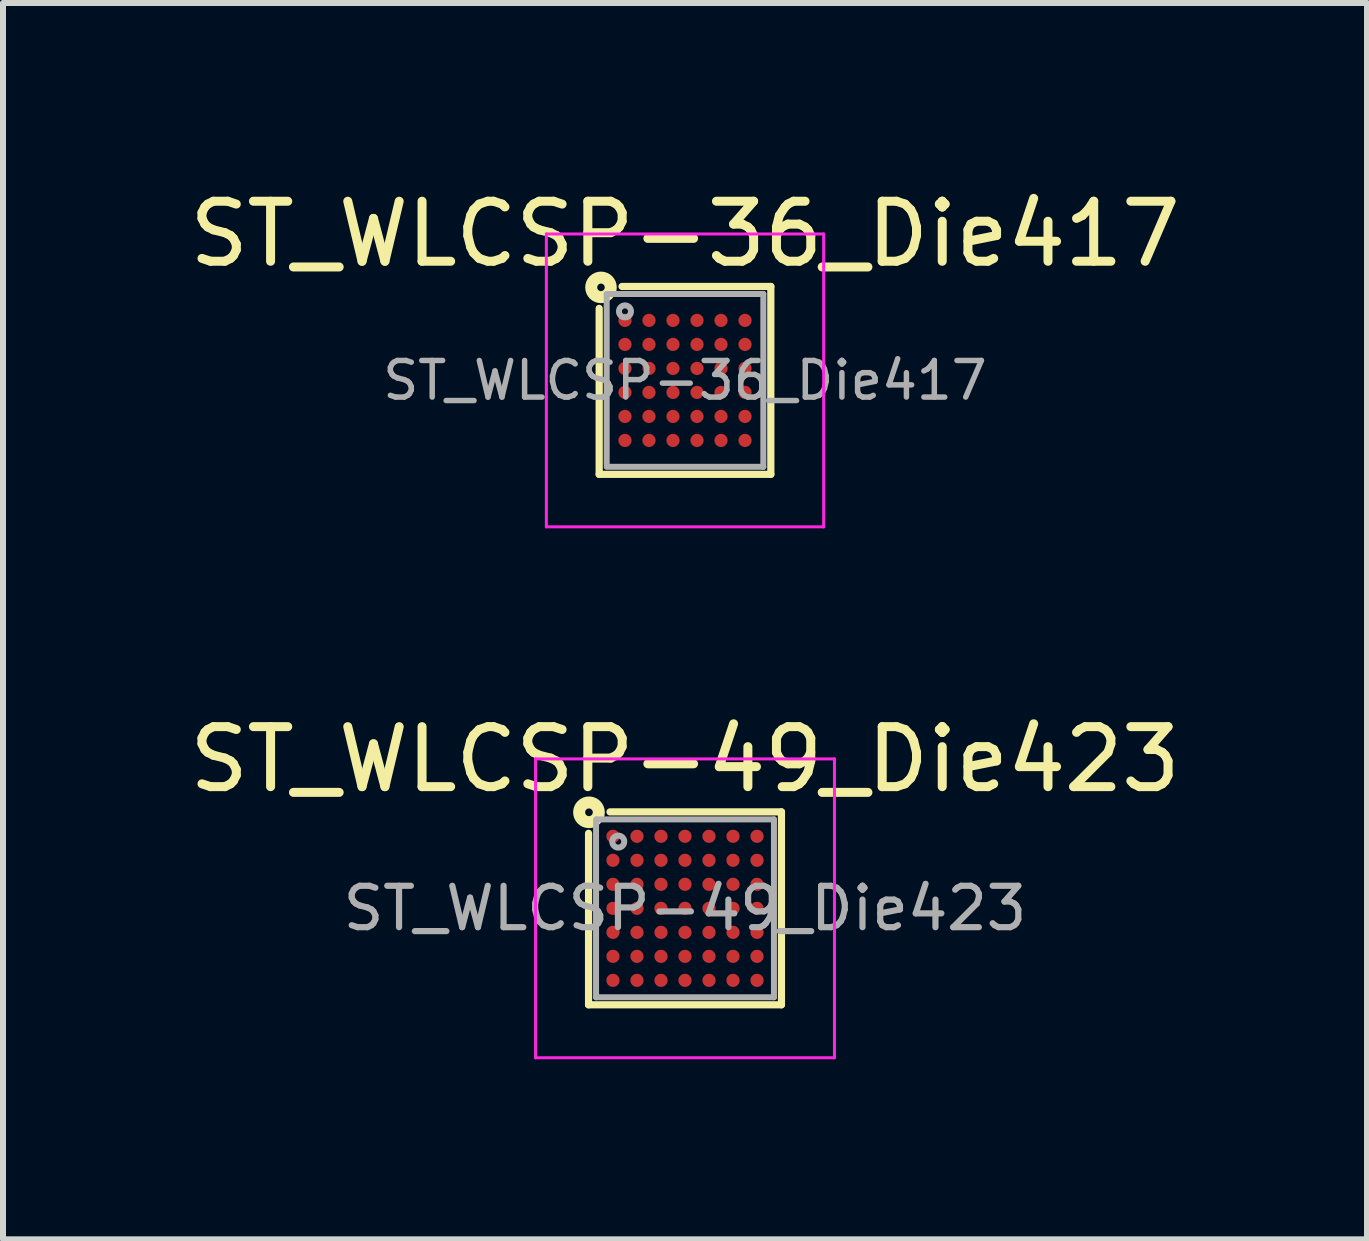
<source format=kicad_pcb>
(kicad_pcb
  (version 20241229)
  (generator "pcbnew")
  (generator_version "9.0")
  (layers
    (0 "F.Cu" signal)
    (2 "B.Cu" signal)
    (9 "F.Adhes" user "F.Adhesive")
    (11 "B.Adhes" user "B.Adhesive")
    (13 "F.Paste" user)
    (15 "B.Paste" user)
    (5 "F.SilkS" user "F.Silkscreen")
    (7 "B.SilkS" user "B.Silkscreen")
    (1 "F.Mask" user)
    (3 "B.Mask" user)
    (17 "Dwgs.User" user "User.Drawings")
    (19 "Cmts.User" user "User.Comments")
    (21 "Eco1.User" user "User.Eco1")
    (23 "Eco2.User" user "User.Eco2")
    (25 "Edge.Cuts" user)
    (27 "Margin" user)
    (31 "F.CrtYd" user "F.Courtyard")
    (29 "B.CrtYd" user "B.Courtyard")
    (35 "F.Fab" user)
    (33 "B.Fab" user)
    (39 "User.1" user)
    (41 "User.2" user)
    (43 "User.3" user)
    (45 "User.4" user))
  (footprint "ST_WLCSP-36_Die417"
    (layer "F.Cu")
    (at 8.363 3.288)
    (property "Reference" "ST_WLCSP-36_Die417" (at 0 -2.44 0) (layer "F.SilkS") (effects (font (size 1 1) (thickness 0.15))))
    (attr smd)
    (fp_line (start -1.43 1.565) (end -1.43 -1.2) (stroke (width 0.12) (type solid)) (layer "F.SilkS"))
    (fp_line (start -1.05 -1.565) (end 1.43 -1.565) (stroke (width 0.12) (type solid)) (layer "F.SilkS"))
    (fp_line (start 1.43 -1.565) (end 1.43 1.565) (stroke (width 0.12) (type solid)) (layer "F.SilkS"))
    (fp_line (start 1.43 1.565) (end -1.43 1.565) (stroke (width 0.12) (type solid)) (layer "F.SilkS"))
    (fp_circle (center -1.4 -1.55) (end -1.337 -1.55) (stroke (width 0.2) (type solid)) (fill no) (layer "F.SilkS"))
    (fp_line (start -2.31 -2.44) (end -2.31 2.44) (stroke (width 0.05) (type solid)) (layer "F.CrtYd"))
    (fp_line (start -2.31 2.44) (end 2.31 2.44) (stroke (width 0.05) (type solid)) (layer "F.CrtYd"))
    (fp_line (start 2.31 -2.44) (end -2.31 -2.44) (stroke (width 0.05) (type solid)) (layer "F.CrtYd"))
    (fp_line (start 2.31 2.44) (end 2.31 -2.44) (stroke (width 0.05) (type solid)) (layer "F.CrtYd"))
    (fp_line (start -1.305 -1.44) (end 1.305 -1.44) (stroke (width 0.1) (type solid)) (layer "F.Fab"))
    (fp_line (start -1.305 1.4) (end -1.305 -1.44) (stroke (width 0.1) (type solid)) (layer "F.Fab"))
    (fp_line (start 1.305 -1.44) (end 1.305 1.44) (stroke (width 0.1) (type solid)) (layer "F.Fab"))
    (fp_line (start 1.305 1.44) (end -1.305 1.44) (stroke (width 0.1) (type solid)) (layer "F.Fab"))
    (fp_circle (center -1 -1.15) (end -0.9 -1.15) (stroke (width 0.1) (type solid)) (fill no) (layer "F.Fab"))
    (fp_text user "${REFERENCE}" (at 0 0 0) (layer "F.Fab") (effects (font (size 0.61 0.61) (thickness 0.091))))
    (pad "A1" smd circle (at -1 -1) (size 0.22 0.22) (layers "F.Cu" "F.Mask" "F.Paste"))
    (pad "A2" smd circle (at -0.6 -1) (size 0.22 0.22) (layers "F.Cu" "F.Mask" "F.Paste"))
    (pad "A3" smd circle (at -0.2 -1) (size 0.22 0.22) (layers "F.Cu" "F.Mask" "F.Paste"))
    (pad "A4" smd circle (at 0.2 -1) (size 0.22 0.22) (layers "F.Cu" "F.Mask" "F.Paste"))
    (pad "A5" smd circle (at 0.6 -1) (size 0.22 0.22) (layers "F.Cu" "F.Mask" "F.Paste"))
    (pad "A6" smd circle (at 1 -1) (size 0.22 0.22) (layers "F.Cu" "F.Mask" "F.Paste"))
    (pad "B1" smd circle (at -1 -0.6) (size 0.22 0.22) (layers "F.Cu" "F.Mask" "F.Paste"))
    (pad "B2" smd circle (at -0.6 -0.6) (size 0.22 0.22) (layers "F.Cu" "F.Mask" "F.Paste"))
    (pad "B3" smd circle (at -0.2 -0.6) (size 0.22 0.22) (layers "F.Cu" "F.Mask" "F.Paste"))
    (pad "B4" smd circle (at 0.2 -0.6) (size 0.22 0.22) (layers "F.Cu" "F.Mask" "F.Paste"))
    (pad "B5" smd circle (at 0.6 -0.6) (size 0.22 0.22) (layers "F.Cu" "F.Mask" "F.Paste"))
    (pad "B6" smd circle (at 1 -0.6) (size 0.22 0.22) (layers "F.Cu" "F.Mask" "F.Paste"))
    (pad "C1" smd circle (at -1 -0.2) (size 0.22 0.22) (layers "F.Cu" "F.Mask" "F.Paste"))
    (pad "C2" smd circle (at -0.6 -0.2) (size 0.22 0.22) (layers "F.Cu" "F.Mask" "F.Paste"))
    (pad "C3" smd circle (at -0.2 -0.2) (size 0.22 0.22) (layers "F.Cu" "F.Mask" "F.Paste"))
    (pad "C4" smd circle (at 0.2 -0.2) (size 0.22 0.22) (layers "F.Cu" "F.Mask" "F.Paste"))
    (pad "C5" smd circle (at 0.6 -0.2) (size 0.22 0.22) (layers "F.Cu" "F.Mask" "F.Paste"))
    (pad "C6" smd circle (at 1 -0.2) (size 0.22 0.22) (layers "F.Cu" "F.Mask" "F.Paste"))
    (pad "D1" smd circle (at -1 0.2) (size 0.22 0.22) (layers "F.Cu" "F.Mask" "F.Paste"))
    (pad "D2" smd circle (at -0.6 0.2) (size 0.22 0.22) (layers "F.Cu" "F.Mask" "F.Paste"))
    (pad "D3" smd circle (at -0.2 0.2) (size 0.22 0.22) (layers "F.Cu" "F.Mask" "F.Paste"))
    (pad "D4" smd circle (at 0.2 0.2) (size 0.22 0.22) (layers "F.Cu" "F.Mask" "F.Paste"))
    (pad "D5" smd circle (at 0.6 0.2) (size 0.22 0.22) (layers "F.Cu" "F.Mask" "F.Paste"))
    (pad "D6" smd circle (at 1 0.2) (size 0.22 0.22) (layers "F.Cu" "F.Mask" "F.Paste"))
    (pad "E1" smd circle (at -1 0.6) (size 0.22 0.22) (layers "F.Cu" "F.Mask" "F.Paste"))
    (pad "E2" smd circle (at -0.6 0.6) (size 0.22 0.22) (layers "F.Cu" "F.Mask" "F.Paste"))
    (pad "E3" smd circle (at -0.2 0.6) (size 0.22 0.22) (layers "F.Cu" "F.Mask" "F.Paste"))
    (pad "E4" smd circle (at 0.2 0.6) (size 0.22 0.22) (layers "F.Cu" "F.Mask" "F.Paste"))
    (pad "E5" smd circle (at 0.6 0.6) (size 0.22 0.22) (layers "F.Cu" "F.Mask" "F.Paste"))
    (pad "E6" smd circle (at 1 0.6) (size 0.22 0.22) (layers "F.Cu" "F.Mask" "F.Paste"))
    (pad "F1" smd circle (at -1 1) (size 0.22 0.22) (layers "F.Cu" "F.Mask" "F.Paste"))
    (pad "F2" smd circle (at -0.6 1) (size 0.22 0.22) (layers "F.Cu" "F.Mask" "F.Paste"))
    (pad "F3" smd circle (at -0.2 1) (size 0.22 0.22) (layers "F.Cu" "F.Mask" "F.Paste"))
    (pad "F4" smd circle (at 0.2 1) (size 0.22 0.22) (layers "F.Cu" "F.Mask" "F.Paste"))
    (pad "F5" smd circle (at 0.6 1) (size 0.22 0.22) (layers "F.Cu" "F.Mask" "F.Paste"))
    (pad "F6" smd circle (at 1 1) (size 0.22 0.22) (layers "F.Cu" "F.Mask" "F.Paste")))
  (footprint "ST_WLCSP-49_Die423"
    (layer "F.Cu")
    (at 8.363 12.084)
    (property "Reference" "ST_WLCSP-49_Die423" (at 0 -2.482 0) (layer "F.SilkS") (effects (font (size 1 1) (thickness 0.15))))
    (attr smd)
    (fp_line (start -1.607 1.607) (end -1.607 -1.25) (stroke (width 0.12) (type solid)) (layer "F.SilkS"))
    (fp_line (start -1.25 -1.607) (end 1.607 -1.607) (stroke (width 0.12) (type solid)) (layer "F.SilkS"))
    (fp_line (start 1.607 -1.607) (end 1.607 1.607) (stroke (width 0.12) (type solid)) (layer "F.SilkS"))
    (fp_line (start 1.607 1.607) (end -1.607 1.607) (stroke (width 0.12) (type solid)) (layer "F.SilkS"))
    (fp_circle (center -1.6 -1.6) (end -1.536 -1.6) (stroke (width 0.2) (type solid)) (fill no) (layer "F.SilkS"))
    (fp_line (start -2.49 -2.49) (end -2.49 2.49) (stroke (width 0.05) (type solid)) (layer "F.CrtYd"))
    (fp_line (start -2.49 2.49) (end 2.49 2.49) (stroke (width 0.05) (type solid)) (layer "F.CrtYd"))
    (fp_line (start 2.49 -2.49) (end -2.49 -2.49) (stroke (width 0.05) (type solid)) (layer "F.CrtYd"))
    (fp_line (start 2.49 2.49) (end 2.49 -2.49) (stroke (width 0.05) (type solid)) (layer "F.CrtYd"))
    (fp_line (start -1.482 1.482) (end -1.482 -1.48) (stroke (width 0.1) (type solid)) (layer "F.Fab"))
    (fp_line (start -1.47 -1.482) (end 1.482 -1.482) (stroke (width 0.1) (type solid)) (layer "F.Fab"))
    (fp_line (start 1.482 -1.482) (end 1.482 1.482) (stroke (width 0.1) (type solid)) (layer "F.Fab"))
    (fp_line (start 1.482 1.482) (end -1.482 1.482) (stroke (width 0.1) (type solid)) (layer "F.Fab"))
    (fp_circle (center -1.112 -1.112) (end -1.012 -1.112) (stroke (width 0.1) (type solid)) (fill no) (layer "F.Fab"))
    (fp_text user "${REFERENCE}" (at 0 0 0) (layer "F.Fab") (effects (font (size 0.69 0.69) (thickness 0.103))))
    (pad "A1" smd circle (at -1.2 -1.2) (size 0.22 0.22) (layers "F.Cu" "F.Mask" "F.Paste"))
    (pad "A2" smd circle (at -0.8 -1.2) (size 0.22 0.22) (layers "F.Cu" "F.Mask" "F.Paste"))
    (pad "A3" smd circle (at -0.4 -1.2) (size 0.22 0.22) (layers "F.Cu" "F.Mask" "F.Paste"))
    (pad "A4" smd circle (at 0 -1.2) (size 0.22 0.22) (layers "F.Cu" "F.Mask" "F.Paste"))
    (pad "A5" smd circle (at 0.4 -1.2) (size 0.22 0.22) (layers "F.Cu" "F.Mask" "F.Paste"))
    (pad "A6" smd circle (at 0.8 -1.2) (size 0.22 0.22) (layers "F.Cu" "F.Mask" "F.Paste"))
    (pad "A7" smd circle (at 1.2 -1.2) (size 0.22 0.22) (layers "F.Cu" "F.Mask" "F.Paste"))
    (pad "B1" smd circle (at -1.2 -0.8) (size 0.22 0.22) (layers "F.Cu" "F.Mask" "F.Paste"))
    (pad "B2" smd circle (at -0.8 -0.8) (size 0.22 0.22) (layers "F.Cu" "F.Mask" "F.Paste"))
    (pad "B3" smd circle (at -0.4 -0.8) (size 0.22 0.22) (layers "F.Cu" "F.Mask" "F.Paste"))
    (pad "B4" smd circle (at 0 -0.8) (size 0.22 0.22) (layers "F.Cu" "F.Mask" "F.Paste"))
    (pad "B5" smd circle (at 0.4 -0.8) (size 0.22 0.22) (layers "F.Cu" "F.Mask" "F.Paste"))
    (pad "B6" smd circle (at 0.8 -0.8) (size 0.22 0.22) (layers "F.Cu" "F.Mask" "F.Paste"))
    (pad "B7" smd circle (at 1.2 -0.8) (size 0.22 0.22) (layers "F.Cu" "F.Mask" "F.Paste"))
    (pad "C1" smd circle (at -1.2 -0.4) (size 0.22 0.22) (layers "F.Cu" "F.Mask" "F.Paste"))
    (pad "C2" smd circle (at -0.8 -0.4) (size 0.22 0.22) (layers "F.Cu" "F.Mask" "F.Paste"))
    (pad "C3" smd circle (at -0.4 -0.4) (size 0.22 0.22) (layers "F.Cu" "F.Mask" "F.Paste"))
    (pad "C4" smd circle (at 0 -0.4) (size 0.22 0.22) (layers "F.Cu" "F.Mask" "F.Paste"))
    (pad "C5" smd circle (at 0.4 -0.4) (size 0.22 0.22) (layers "F.Cu" "F.Mask" "F.Paste"))
    (pad "C6" smd circle (at 0.8 -0.4) (size 0.22 0.22) (layers "F.Cu" "F.Mask" "F.Paste"))
    (pad "C7" smd circle (at 1.2 -0.4) (size 0.22 0.22) (layers "F.Cu" "F.Mask" "F.Paste"))
    (pad "D1" smd circle (at -1.2 0) (size 0.22 0.22) (layers "F.Cu" "F.Mask" "F.Paste"))
    (pad "D2" smd circle (at -0.8 0) (size 0.22 0.22) (layers "F.Cu" "F.Mask" "F.Paste"))
    (pad "D3" smd circle (at -0.4 0) (size 0.22 0.22) (layers "F.Cu" "F.Mask" "F.Paste"))
    (pad "D4" smd circle (at 0 0) (size 0.22 0.22) (layers "F.Cu" "F.Mask" "F.Paste"))
    (pad "D5" smd circle (at 0.4 0) (size 0.22 0.22) (layers "F.Cu" "F.Mask" "F.Paste"))
    (pad "D6" smd circle (at 0.8 0) (size 0.22 0.22) (layers "F.Cu" "F.Mask" "F.Paste"))
    (pad "D7" smd circle (at 1.2 0) (size 0.22 0.22) (layers "F.Cu" "F.Mask" "F.Paste"))
    (pad "E1" smd circle (at -1.2 0.4) (size 0.22 0.22) (layers "F.Cu" "F.Mask" "F.Paste"))
    (pad "E2" smd circle (at -0.8 0.4) (size 0.22 0.22) (layers "F.Cu" "F.Mask" "F.Paste"))
    (pad "E3" smd circle (at -0.4 0.4) (size 0.22 0.22) (layers "F.Cu" "F.Mask" "F.Paste"))
    (pad "E4" smd circle (at 0 0.4) (size 0.22 0.22) (layers "F.Cu" "F.Mask" "F.Paste"))
    (pad "E5" smd circle (at 0.4 0.4) (size 0.22 0.22) (layers "F.Cu" "F.Mask" "F.Paste"))
    (pad "E6" smd circle (at 0.8 0.4) (size 0.22 0.22) (layers "F.Cu" "F.Mask" "F.Paste"))
    (pad "E7" smd circle (at 1.2 0.4) (size 0.22 0.22) (layers "F.Cu" "F.Mask" "F.Paste"))
    (pad "F1" smd circle (at -1.2 0.8) (size 0.22 0.22) (layers "F.Cu" "F.Mask" "F.Paste"))
    (pad "F2" smd circle (at -0.8 0.8) (size 0.22 0.22) (layers "F.Cu" "F.Mask" "F.Paste"))
    (pad "F3" smd circle (at -0.4 0.8) (size 0.22 0.22) (layers "F.Cu" "F.Mask" "F.Paste"))
    (pad "F4" smd circle (at 0 0.8) (size 0.22 0.22) (layers "F.Cu" "F.Mask" "F.Paste"))
    (pad "F5" smd circle (at 0.4 0.8) (size 0.22 0.22) (layers "F.Cu" "F.Mask" "F.Paste"))
    (pad "F6" smd circle (at 0.8 0.8) (size 0.22 0.22) (layers "F.Cu" "F.Mask" "F.Paste"))
    (pad "F7" smd circle (at 1.2 0.8) (size 0.22 0.22) (layers "F.Cu" "F.Mask" "F.Paste"))
    (pad "G1" smd circle (at -1.2 1.2) (size 0.22 0.22) (layers "F.Cu" "F.Mask" "F.Paste"))
    (pad "G2" smd circle (at -0.8 1.2) (size 0.22 0.22) (layers "F.Cu" "F.Mask" "F.Paste"))
    (pad "G3" smd circle (at -0.4 1.2) (size 0.22 0.22) (layers "F.Cu" "F.Mask" "F.Paste"))
    (pad "G4" smd circle (at 0 1.2) (size 0.22 0.22) (layers "F.Cu" "F.Mask" "F.Paste"))
    (pad "G5" smd circle (at 0.4 1.2) (size 0.22 0.22) (layers "F.Cu" "F.Mask" "F.Paste"))
    (pad "G6" smd circle (at 0.8 1.2) (size 0.22 0.22) (layers "F.Cu" "F.Mask" "F.Paste"))
    (pad "G7" smd circle (at 1.2 1.2) (size 0.22 0.22) (layers "F.Cu" "F.Mask" "F.Paste")))
  (gr_rect
    (start -3 -3)
    (end 19.726 17.599)
    (stroke (width 0.1) (type default))
    (fill no)
    (layer "Edge.Cuts")))
</source>
